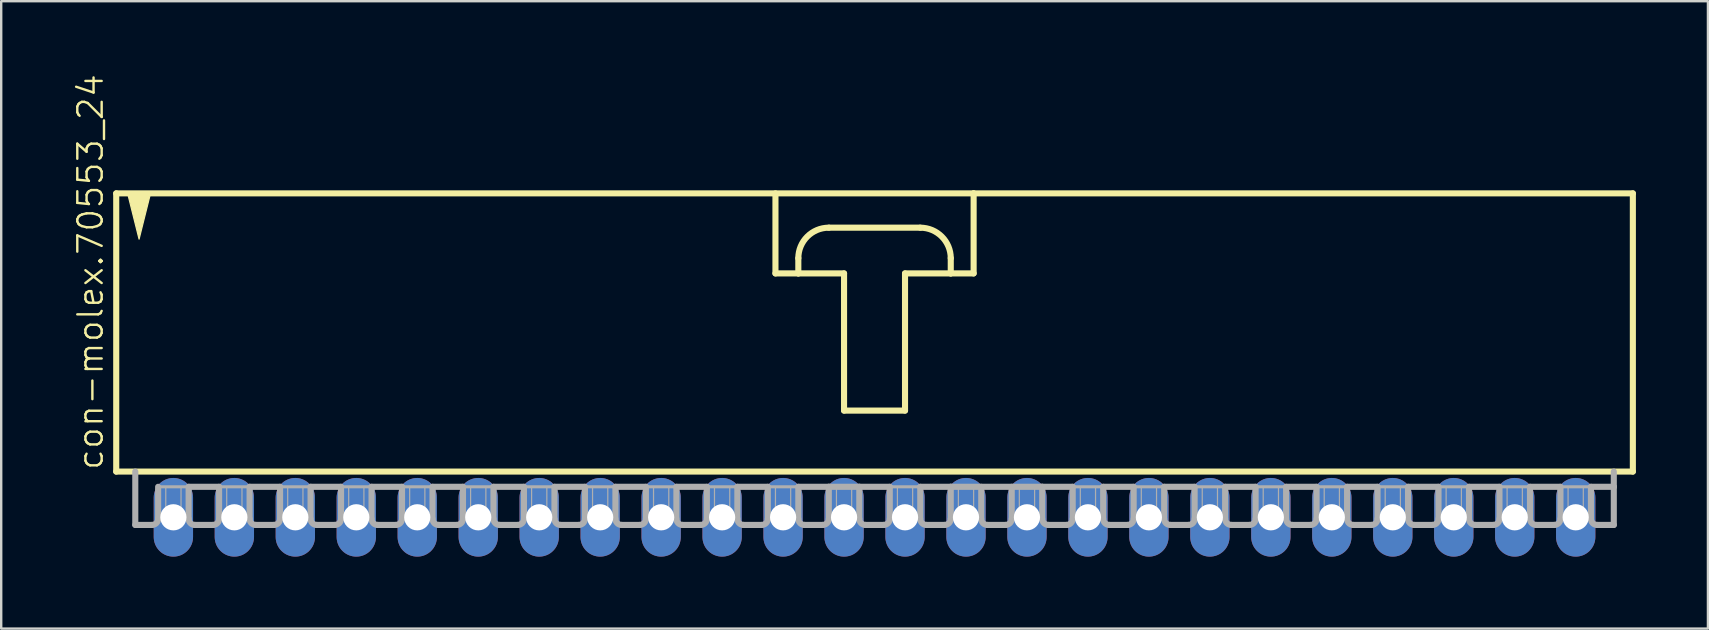
<source format=kicad_pcb>
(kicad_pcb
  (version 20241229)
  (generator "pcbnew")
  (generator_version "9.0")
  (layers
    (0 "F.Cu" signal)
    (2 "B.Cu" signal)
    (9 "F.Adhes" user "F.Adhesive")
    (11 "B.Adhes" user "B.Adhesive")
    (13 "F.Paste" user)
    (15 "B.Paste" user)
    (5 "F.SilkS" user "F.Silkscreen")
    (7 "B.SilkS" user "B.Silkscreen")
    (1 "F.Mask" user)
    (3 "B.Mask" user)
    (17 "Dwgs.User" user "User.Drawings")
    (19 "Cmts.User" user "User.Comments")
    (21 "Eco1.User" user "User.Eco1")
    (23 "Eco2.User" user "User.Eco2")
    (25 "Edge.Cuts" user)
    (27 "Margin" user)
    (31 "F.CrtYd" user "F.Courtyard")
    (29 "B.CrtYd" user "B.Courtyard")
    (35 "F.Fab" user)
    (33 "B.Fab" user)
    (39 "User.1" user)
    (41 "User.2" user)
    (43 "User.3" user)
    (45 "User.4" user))
  (footprint "con-molex.70553_24"
    (layer "F.Cu")
    (at 33.383 10.88)
    (property "Reference" "con-molex.70553_24" (at -32.068 5.715 90) (layer "F.SilkS") (effects (font (size 1.016 1.016) (thickness 0.1)) (justify left bottom)))
    (attr through_hole)
    (fp_line (start -31.591 -5.874) (end -31.591 5.715) (stroke (width 0.254) (type default)) (layer "F.SilkS"))
    (fp_line (start -31.591 5.715) (end 31.591 5.715) (stroke (width 0.254) (type default)) (layer "F.SilkS"))
    (fp_line (start -4.128 -5.874) (end -4.128 -2.54) (stroke (width 0.254) (type default)) (layer "F.SilkS"))
    (fp_line (start -4.128 -2.54) (end -3.175 -2.54) (stroke (width 0.254) (type default)) (layer "F.SilkS"))
    (fp_line (start -3.175 -2.54) (end -3.175 -3.175) (stroke (width 0.254) (type default)) (layer "F.SilkS"))
    (fp_line (start -3.175 -2.54) (end -1.27 -2.54) (stroke (width 0.254) (type default)) (layer "F.SilkS"))
    (fp_line (start -1.905 -4.445) (end 1.905 -4.445) (stroke (width 0.254) (type default)) (layer "F.SilkS"))
    (fp_line (start -1.27 -2.54) (end -1.27 3.175) (stroke (width 0.254) (type default)) (layer "F.SilkS"))
    (fp_line (start -1.27 3.175) (end 1.27 3.175) (stroke (width 0.254) (type default)) (layer "F.SilkS"))
    (fp_line (start 1.27 -2.54) (end 3.175 -2.54) (stroke (width 0.254) (type default)) (layer "F.SilkS"))
    (fp_line (start 1.27 3.175) (end 1.27 -2.54) (stroke (width 0.254) (type default)) (layer "F.SilkS"))
    (fp_line (start 3.175 -3.175) (end 3.175 -2.54) (stroke (width 0.254) (type default)) (layer "F.SilkS"))
    (fp_line (start 3.175 -2.54) (end 4.128 -2.54) (stroke (width 0.254) (type default)) (layer "F.SilkS"))
    (fp_line (start 4.128 -5.874) (end -31.591 -5.874) (stroke (width 0.254) (type default)) (layer "F.SilkS"))
    (fp_line (start 4.128 -2.54) (end 4.128 -5.874) (stroke (width 0.254) (type default)) (layer "F.SilkS"))
    (fp_line (start 31.591 -5.874) (end 4.128 -5.874) (stroke (width 0.254) (type default)) (layer "F.SilkS"))
    (fp_line (start 31.591 5.715) (end 31.591 -5.874) (stroke (width 0.254) (type default)) (layer "F.SilkS"))
    (fp_arc (start -3.175 -3.175) (mid -2.803026 -4.073026) (end -1.905 -4.445) (stroke (width 0.254) (type default)) (layer "F.SilkS"))
    (fp_arc (start 1.905 -4.445) (mid 2.803026 -4.073026) (end 3.175 -3.175) (stroke (width 0.254) (type default)) (layer "F.SilkS"))
    (fp_poly (pts (xy -31.115 -5.874) (xy -30.639 -3.969) (xy -30.163 -5.874)) (stroke (width 0.051) (type default)) (fill yes) (layer "F.SilkS"))
    (fp_line (start -30.797 5.715) (end -30.797 7.938) (stroke (width 0.254) (type default)) (layer "F.Fab"))
    (fp_line (start -30.099 7.938) (end -30.797 7.938) (stroke (width 0.254) (type default)) (layer "F.Fab"))
    (fp_line (start -29.845 6.35) (end -29.845 7.684) (stroke (width 0.254) (type default)) (layer "F.Fab"))
    (fp_line (start -29.845 6.35) (end -28.575 6.35) (stroke (width 0.127) (type default)) (layer "F.Fab"))
    (fp_line (start -28.575 6.35) (end -28.575 7.684) (stroke (width 0.254) (type default)) (layer "F.Fab"))
    (fp_line (start -28.575 6.35) (end -27.305 6.35) (stroke (width 0.254) (type default)) (layer "F.Fab"))
    (fp_line (start -27.559 7.938) (end -28.321 7.938) (stroke (width 0.254) (type default)) (layer "F.Fab"))
    (fp_line (start -27.305 6.35) (end -27.305 7.684) (stroke (width 0.254) (type default)) (layer "F.Fab"))
    (fp_line (start -27.305 6.35) (end -26.035 6.35) (stroke (width 0.127) (type default)) (layer "F.Fab"))
    (fp_line (start -26.035 6.35) (end -26.035 7.684) (stroke (width 0.254) (type default)) (layer "F.Fab"))
    (fp_line (start -26.035 6.35) (end -24.765 6.35) (stroke (width 0.254) (type default)) (layer "F.Fab"))
    (fp_line (start -25.019 7.938) (end -25.781 7.938) (stroke (width 0.254) (type default)) (layer "F.Fab"))
    (fp_line (start -24.765 6.35) (end -24.765 7.684) (stroke (width 0.254) (type default)) (layer "F.Fab"))
    (fp_line (start -24.765 6.35) (end -23.495 6.35) (stroke (width 0.127) (type default)) (layer "F.Fab"))
    (fp_line (start -23.495 6.35) (end -23.495 7.684) (stroke (width 0.254) (type default)) (layer "F.Fab"))
    (fp_line (start -23.495 6.35) (end -22.225 6.35) (stroke (width 0.254) (type default)) (layer "F.Fab"))
    (fp_line (start -22.479 7.938) (end -23.241 7.938) (stroke (width 0.254) (type default)) (layer "F.Fab"))
    (fp_line (start -22.225 6.35) (end -22.225 7.684) (stroke (width 0.254) (type default)) (layer "F.Fab"))
    (fp_line (start -22.225 6.35) (end -20.955 6.35) (stroke (width 0.127) (type default)) (layer "F.Fab"))
    (fp_line (start -20.955 6.35) (end -20.955 7.684) (stroke (width 0.254) (type default)) (layer "F.Fab"))
    (fp_line (start -20.955 6.35) (end -19.685 6.35) (stroke (width 0.254) (type default)) (layer "F.Fab"))
    (fp_line (start -19.939 7.938) (end -20.701 7.938) (stroke (width 0.254) (type default)) (layer "F.Fab"))
    (fp_line (start -19.685 6.35) (end -19.685 7.684) (stroke (width 0.254) (type default)) (layer "F.Fab"))
    (fp_line (start -19.685 6.35) (end -18.415 6.35) (stroke (width 0.127) (type default)) (layer "F.Fab"))
    (fp_line (start -18.415 6.35) (end -18.415 7.684) (stroke (width 0.254) (type default)) (layer "F.Fab"))
    (fp_line (start -18.415 6.35) (end -17.145 6.35) (stroke (width 0.254) (type default)) (layer "F.Fab"))
    (fp_line (start -17.399 7.938) (end -18.161 7.938) (stroke (width 0.254) (type default)) (layer "F.Fab"))
    (fp_line (start -17.145 6.35) (end -17.145 7.684) (stroke (width 0.254) (type default)) (layer "F.Fab"))
    (fp_line (start -17.145 6.35) (end -15.875 6.35) (stroke (width 0.127) (type default)) (layer "F.Fab"))
    (fp_line (start -15.875 6.35) (end -15.875 7.684) (stroke (width 0.254) (type default)) (layer "F.Fab"))
    (fp_line (start -15.875 6.35) (end -14.605 6.35) (stroke (width 0.254) (type default)) (layer "F.Fab"))
    (fp_line (start -14.859 7.938) (end -15.621 7.938) (stroke (width 0.254) (type default)) (layer "F.Fab"))
    (fp_line (start -14.605 6.35) (end -14.605 7.684) (stroke (width 0.254) (type default)) (layer "F.Fab"))
    (fp_line (start -14.605 6.35) (end -13.335 6.35) (stroke (width 0.127) (type default)) (layer "F.Fab"))
    (fp_line (start -13.335 6.35) (end -13.335 7.684) (stroke (width 0.254) (type default)) (layer "F.Fab"))
    (fp_line (start -13.335 6.35) (end -12.065 6.35) (stroke (width 0.254) (type default)) (layer "F.Fab"))
    (fp_line (start -12.319 7.938) (end -13.081 7.938) (stroke (width 0.254) (type default)) (layer "F.Fab"))
    (fp_line (start -12.065 6.35) (end -12.065 7.684) (stroke (width 0.254) (type default)) (layer "F.Fab"))
    (fp_line (start -12.065 6.35) (end -10.795 6.35) (stroke (width 0.127) (type default)) (layer "F.Fab"))
    (fp_line (start -10.795 6.35) (end -10.795 7.684) (stroke (width 0.254) (type default)) (layer "F.Fab"))
    (fp_line (start -10.795 6.35) (end -9.525 6.35) (stroke (width 0.254) (type default)) (layer "F.Fab"))
    (fp_line (start -9.779 7.938) (end -10.541 7.938) (stroke (width 0.254) (type default)) (layer "F.Fab"))
    (fp_line (start -9.525 6.35) (end -9.525 7.684) (stroke (width 0.254) (type default)) (layer "F.Fab"))
    (fp_line (start -9.525 6.35) (end -8.255 6.35) (stroke (width 0.127) (type default)) (layer "F.Fab"))
    (fp_line (start -8.255 6.35) (end -8.255 7.684) (stroke (width 0.254) (type default)) (layer "F.Fab"))
    (fp_line (start -8.255 6.35) (end -6.985 6.35) (stroke (width 0.254) (type default)) (layer "F.Fab"))
    (fp_line (start -7.239 7.938) (end -8.001 7.938) (stroke (width 0.254) (type default)) (layer "F.Fab"))
    (fp_line (start -6.985 6.35) (end -6.985 7.684) (stroke (width 0.254) (type default)) (layer "F.Fab"))
    (fp_line (start -6.985 6.35) (end -5.715 6.35) (stroke (width 0.127) (type default)) (layer "F.Fab"))
    (fp_line (start -5.715 6.35) (end -5.715 7.684) (stroke (width 0.254) (type default)) (layer "F.Fab"))
    (fp_line (start -5.715 6.35) (end -4.445 6.35) (stroke (width 0.254) (type default)) (layer "F.Fab"))
    (fp_line (start -4.699 7.938) (end -5.461 7.938) (stroke (width 0.254) (type default)) (layer "F.Fab"))
    (fp_line (start -4.445 6.35) (end -4.445 7.684) (stroke (width 0.254) (type default)) (layer "F.Fab"))
    (fp_line (start -4.445 6.35) (end -3.175 6.35) (stroke (width 0.127) (type default)) (layer "F.Fab"))
    (fp_line (start -3.175 6.35) (end -3.175 7.684) (stroke (width 0.254) (type default)) (layer "F.Fab"))
    (fp_line (start -3.175 6.35) (end -1.905 6.35) (stroke (width 0.254) (type default)) (layer "F.Fab"))
    (fp_line (start -2.159 7.938) (end -2.921 7.938) (stroke (width 0.254) (type default)) (layer "F.Fab"))
    (fp_line (start -1.905 6.35) (end -1.905 7.684) (stroke (width 0.254) (type default)) (layer "F.Fab"))
    (fp_line (start -1.905 6.35) (end -0.635 6.35) (stroke (width 0.254) (type default)) (layer "F.Fab"))
    (fp_line (start -0.635 6.35) (end -0.635 7.684) (stroke (width 0.254) (type default)) (layer "F.Fab"))
    (fp_line (start -0.635 6.35) (end 0.635 6.35) (stroke (width 0.254) (type default)) (layer "F.Fab"))
    (fp_line (start 0.381 7.938) (end -0.381 7.938) (stroke (width 0.254) (type default)) (layer "F.Fab"))
    (fp_line (start 0.635 6.35) (end 0.635 7.684) (stroke (width 0.254) (type default)) (layer "F.Fab"))
    (fp_line (start 0.635 6.35) (end 1.905 6.35) (stroke (width 0.127) (type default)) (layer "F.Fab"))
    (fp_line (start 1.905 6.35) (end 1.905 7.684) (stroke (width 0.254) (type default)) (layer "F.Fab"))
    (fp_line (start 1.905 6.35) (end 3.175 6.35) (stroke (width 0.254) (type default)) (layer "F.Fab"))
    (fp_line (start 2.921 7.938) (end 2.159 7.938) (stroke (width 0.254) (type default)) (layer "F.Fab"))
    (fp_line (start 3.175 6.35) (end 3.175 7.684) (stroke (width 0.254) (type default)) (layer "F.Fab"))
    (fp_line (start 3.175 6.35) (end 6.985 6.35) (stroke (width 0.254) (type default)) (layer "F.Fab"))
    (fp_line (start 4.445 6.35) (end 4.445 7.684) (stroke (width 0.254) (type default)) (layer "F.Fab"))
    (fp_line (start 5.461 7.938) (end 4.699 7.938) (stroke (width 0.254) (type default)) (layer "F.Fab"))
    (fp_line (start 5.715 6.35) (end 5.715 7.684) (stroke (width 0.254) (type default)) (layer "F.Fab"))
    (fp_line (start 6.985 6.35) (end 6.985 7.684) (stroke (width 0.254) (type default)) (layer "F.Fab"))
    (fp_line (start 6.985 6.35) (end 8.255 6.35) (stroke (width 0.254) (type default)) (layer "F.Fab"))
    (fp_line (start 7.239 7.938) (end 8.001 7.938) (stroke (width 0.254) (type default)) (layer "F.Fab"))
    (fp_line (start 8.255 6.35) (end 9.525 6.35) (stroke (width 0.127) (type default)) (layer "F.Fab"))
    (fp_line (start 8.255 7.684) (end 8.255 6.35) (stroke (width 0.254) (type default)) (layer "F.Fab"))
    (fp_line (start 9.525 6.35) (end 9.525 7.684) (stroke (width 0.254) (type default)) (layer "F.Fab"))
    (fp_line (start 9.525 6.35) (end 10.795 6.35) (stroke (width 0.254) (type default)) (layer "F.Fab"))
    (fp_line (start 9.779 7.938) (end 10.541 7.938) (stroke (width 0.254) (type default)) (layer "F.Fab"))
    (fp_line (start 10.795 6.35) (end 12.065 6.35) (stroke (width 0.127) (type default)) (layer "F.Fab"))
    (fp_line (start 10.795 7.684) (end 10.795 6.35) (stroke (width 0.254) (type default)) (layer "F.Fab"))
    (fp_line (start 12.065 6.35) (end 12.065 7.684) (stroke (width 0.254) (type default)) (layer "F.Fab"))
    (fp_line (start 12.065 6.35) (end 13.335 6.35) (stroke (width 0.254) (type default)) (layer "F.Fab"))
    (fp_line (start 12.319 7.938) (end 13.081 7.938) (stroke (width 0.254) (type default)) (layer "F.Fab"))
    (fp_line (start 13.335 6.35) (end 14.605 6.35) (stroke (width 0.127) (type default)) (layer "F.Fab"))
    (fp_line (start 13.335 7.684) (end 13.335 6.35) (stroke (width 0.254) (type default)) (layer "F.Fab"))
    (fp_line (start 14.605 6.35) (end 14.605 7.684) (stroke (width 0.254) (type default)) (layer "F.Fab"))
    (fp_line (start 14.605 6.35) (end 15.875 6.35) (stroke (width 0.254) (type default)) (layer "F.Fab"))
    (fp_line (start 14.859 7.938) (end 15.621 7.938) (stroke (width 0.254) (type default)) (layer "F.Fab"))
    (fp_line (start 15.875 6.35) (end 17.145 6.35) (stroke (width 0.127) (type default)) (layer "F.Fab"))
    (fp_line (start 15.875 7.684) (end 15.875 6.35) (stroke (width 0.254) (type default)) (layer "F.Fab"))
    (fp_line (start 17.145 6.35) (end 17.145 7.684) (stroke (width 0.254) (type default)) (layer "F.Fab"))
    (fp_line (start 17.145 6.35) (end 18.415 6.35) (stroke (width 0.254) (type default)) (layer "F.Fab"))
    (fp_line (start 17.399 7.938) (end 18.161 7.938) (stroke (width 0.254) (type default)) (layer "F.Fab"))
    (fp_line (start 18.415 6.35) (end 19.685 6.35) (stroke (width 0.127) (type default)) (layer "F.Fab"))
    (fp_line (start 18.415 7.684) (end 18.415 6.35) (stroke (width 0.254) (type default)) (layer "F.Fab"))
    (fp_line (start 19.685 6.35) (end 19.685 7.684) (stroke (width 0.254) (type default)) (layer "F.Fab"))
    (fp_line (start 19.685 6.35) (end 20.955 6.35) (stroke (width 0.254) (type default)) (layer "F.Fab"))
    (fp_line (start 19.939 7.938) (end 20.701 7.938) (stroke (width 0.254) (type default)) (layer "F.Fab"))
    (fp_line (start 20.955 6.35) (end 22.225 6.35) (stroke (width 0.127) (type default)) (layer "F.Fab"))
    (fp_line (start 20.955 7.684) (end 20.955 6.35) (stroke (width 0.254) (type default)) (layer "F.Fab"))
    (fp_line (start 22.225 6.35) (end 22.225 7.684) (stroke (width 0.254) (type default)) (layer "F.Fab"))
    (fp_line (start 22.225 6.35) (end 23.495 6.35) (stroke (width 0.254) (type default)) (layer "F.Fab"))
    (fp_line (start 22.479 7.938) (end 23.241 7.938) (stroke (width 0.254) (type default)) (layer "F.Fab"))
    (fp_line (start 23.495 6.35) (end 24.765 6.35) (stroke (width 0.127) (type default)) (layer "F.Fab"))
    (fp_line (start 23.495 7.684) (end 23.495 6.35) (stroke (width 0.254) (type default)) (layer "F.Fab"))
    (fp_line (start 24.765 6.35) (end 24.765 7.684) (stroke (width 0.254) (type default)) (layer "F.Fab"))
    (fp_line (start 24.765 6.35) (end 26.035 6.35) (stroke (width 0.254) (type default)) (layer "F.Fab"))
    (fp_line (start 25.019 7.938) (end 25.781 7.938) (stroke (width 0.254) (type default)) (layer "F.Fab"))
    (fp_line (start 26.035 6.35) (end 27.305 6.35) (stroke (width 0.127) (type default)) (layer "F.Fab"))
    (fp_line (start 26.035 7.684) (end 26.035 6.35) (stroke (width 0.254) (type default)) (layer "F.Fab"))
    (fp_line (start 27.305 6.35) (end 27.305 7.684) (stroke (width 0.254) (type default)) (layer "F.Fab"))
    (fp_line (start 27.305 6.35) (end 28.575 6.35) (stroke (width 0.254) (type default)) (layer "F.Fab"))
    (fp_line (start 27.559 7.938) (end 28.321 7.938) (stroke (width 0.254) (type default)) (layer "F.Fab"))
    (fp_line (start 28.575 6.35) (end 29.845 6.35) (stroke (width 0.127) (type default)) (layer "F.Fab"))
    (fp_line (start 28.575 7.684) (end 28.575 6.35) (stroke (width 0.254) (type default)) (layer "F.Fab"))
    (fp_line (start 29.845 6.35) (end 29.845 7.684) (stroke (width 0.254) (type default)) (layer "F.Fab"))
    (fp_line (start 29.845 6.35) (end 30.797 6.35) (stroke (width 0.254) (type default)) (layer "F.Fab"))
    (fp_line (start 30.099 7.938) (end 30.797 7.938) (stroke (width 0.254) (type default)) (layer "F.Fab"))
    (fp_line (start 30.797 6.35) (end 30.797 5.715) (stroke (width 0.254) (type default)) (layer "F.Fab"))
    (fp_line (start 30.797 7.938) (end 30.797 6.35) (stroke (width 0.254) (type default)) (layer "F.Fab"))
    (fp_rect (start -29.527 7.62) (end -28.892 6.35) (stroke (width 0.05) (type default)) (fill no) (layer "F.Fab"))
    (fp_rect (start -26.988 7.62) (end -26.352 6.35) (stroke (width 0.05) (type default)) (fill no) (layer "F.Fab"))
    (fp_rect (start -24.448 7.62) (end -23.812 6.35) (stroke (width 0.05) (type default)) (fill no) (layer "F.Fab"))
    (fp_rect (start -21.907 7.62) (end -21.273 6.35) (stroke (width 0.05) (type default)) (fill no) (layer "F.Fab"))
    (fp_rect (start -19.367 7.62) (end -18.733 6.35) (stroke (width 0.05) (type default)) (fill no) (layer "F.Fab"))
    (fp_rect (start -16.828 7.62) (end -16.192 6.35) (stroke (width 0.05) (type default)) (fill no) (layer "F.Fab"))
    (fp_rect (start -14.287 7.62) (end -13.652 6.35) (stroke (width 0.05) (type default)) (fill no) (layer "F.Fab"))
    (fp_rect (start -11.748 7.62) (end -11.113 6.35) (stroke (width 0.05) (type default)) (fill no) (layer "F.Fab"))
    (fp_rect (start -9.207 7.62) (end -8.572 6.35) (stroke (width 0.05) (type default)) (fill no) (layer "F.Fab"))
    (fp_rect (start -6.668 7.62) (end -6.032 6.35) (stroke (width 0.05) (type default)) (fill no) (layer "F.Fab"))
    (fp_rect (start -4.128 7.62) (end -3.493 6.35) (stroke (width 0.05) (type default)) (fill no) (layer "F.Fab"))
    (fp_rect (start -1.587 7.62) (end -0.953 6.35) (stroke (width 0.05) (type default)) (fill no) (layer "F.Fab"))
    (fp_rect (start 0.953 7.62) (end 1.587 6.35) (stroke (width 0.05) (type default)) (fill no) (layer "F.Fab"))
    (fp_rect (start 3.493 7.62) (end 4.128 6.35) (stroke (width 0.05) (type default)) (fill no) (layer "F.Fab"))
    (fp_rect (start 6.032 7.62) (end 6.668 6.35) (stroke (width 0.05) (type default)) (fill no) (layer "F.Fab"))
    (fp_rect (start 8.572 7.62) (end 9.207 6.35) (stroke (width 0.05) (type default)) (fill no) (layer "F.Fab"))
    (fp_rect (start 11.113 7.62) (end 11.748 6.35) (stroke (width 0.05) (type default)) (fill no) (layer "F.Fab"))
    (fp_rect (start 13.652 7.62) (end 14.287 6.35) (stroke (width 0.05) (type default)) (fill no) (layer "F.Fab"))
    (fp_rect (start 16.192 7.62) (end 16.828 6.35) (stroke (width 0.05) (type default)) (fill no) (layer "F.Fab"))
    (fp_rect (start 18.733 7.62) (end 19.367 6.35) (stroke (width 0.05) (type default)) (fill no) (layer "F.Fab"))
    (fp_rect (start 21.273 7.62) (end 21.907 6.35) (stroke (width 0.05) (type default)) (fill no) (layer "F.Fab"))
    (fp_rect (start 23.812 7.62) (end 24.448 6.35) (stroke (width 0.05) (type default)) (fill no) (layer "F.Fab"))
    (fp_rect (start 26.352 7.62) (end 26.988 6.35) (stroke (width 0.05) (type default)) (fill no) (layer "F.Fab"))
    (fp_rect (start 28.892 7.62) (end 29.527 6.35) (stroke (width 0.05) (type default)) (fill no) (layer "F.Fab"))
    (fp_arc (start -29.845 7.6835) (mid -29.919395 7.863105) (end -30.099 7.9375) (stroke (width 0.254) (type default)) (layer "F.Fab"))
    (fp_arc (start -28.321 7.9375) (mid -28.500605 7.863105) (end -28.575 7.6835) (stroke (width 0.254) (type default)) (layer "F.Fab"))
    (fp_arc (start -27.305 7.6835) (mid -27.379395 7.863105) (end -27.559 7.9375) (stroke (width 0.254) (type default)) (layer "F.Fab"))
    (fp_arc (start -25.781 7.9375) (mid -25.960605 7.863105) (end -26.035 7.6835) (stroke (width 0.254) (type default)) (layer "F.Fab"))
    (fp_arc (start -24.765 7.6835) (mid -24.839395 7.863105) (end -25.019 7.9375) (stroke (width 0.254) (type default)) (layer "F.Fab"))
    (fp_arc (start -23.241 7.9375) (mid -23.420605 7.863105) (end -23.495 7.6835) (stroke (width 0.254) (type default)) (layer "F.Fab"))
    (fp_arc (start -22.225 7.6835) (mid -22.299395 7.863105) (end -22.479 7.9375) (stroke (width 0.254) (type default)) (layer "F.Fab"))
    (fp_arc (start -20.701 7.9375) (mid -20.880605 7.863105) (end -20.955 7.6835) (stroke (width 0.254) (type default)) (layer "F.Fab"))
    (fp_arc (start -19.685 7.6835) (mid -19.759395 7.863105) (end -19.939 7.9375) (stroke (width 0.254) (type default)) (layer "F.Fab"))
    (fp_arc (start -18.161 7.9375) (mid -18.340605 7.863105) (end -18.415 7.6835) (stroke (width 0.254) (type default)) (layer "F.Fab"))
    (fp_arc (start -17.145 7.6835) (mid -17.219395 7.863105) (end -17.399 7.9375) (stroke (width 0.254) (type default)) (layer "F.Fab"))
    (fp_arc (start -15.621 7.9375) (mid -15.800605 7.863105) (end -15.875 7.6835) (stroke (width 0.254) (type default)) (layer "F.Fab"))
    (fp_arc (start -14.605 7.6835) (mid -14.679395 7.863105) (end -14.859 7.9375) (stroke (width 0.254) (type default)) (layer "F.Fab"))
    (fp_arc (start -13.081 7.9375) (mid -13.260605 7.863105) (end -13.335 7.6835) (stroke (width 0.254) (type default)) (layer "F.Fab"))
    (fp_arc (start -12.065 7.6835) (mid -12.139395 7.863105) (end -12.319 7.9375) (stroke (width 0.254) (type default)) (layer "F.Fab"))
    (fp_arc (start -10.541 7.9375) (mid -10.720605 7.863105) (end -10.795 7.6835) (stroke (width 0.254) (type default)) (layer "F.Fab"))
    (fp_arc (start -9.525 7.6835) (mid -9.599395 7.863105) (end -9.779 7.9375) (stroke (width 0.254) (type default)) (layer "F.Fab"))
    (fp_arc (start -8.001 7.9375) (mid -8.180605 7.863105) (end -8.255 7.6835) (stroke (width 0.254) (type default)) (layer "F.Fab"))
    (fp_arc (start -6.985 7.6835) (mid -7.059395 7.863105) (end -7.239 7.9375) (stroke (width 0.254) (type default)) (layer "F.Fab"))
    (fp_arc (start -5.461 7.9375) (mid -5.640605 7.863105) (end -5.715 7.6835) (stroke (width 0.254) (type default)) (layer "F.Fab"))
    (fp_arc (start -4.445 7.6835) (mid -4.519395 7.863105) (end -4.699 7.9375) (stroke (width 0.254) (type default)) (layer "F.Fab"))
    (fp_arc (start -2.921 7.9375) (mid -3.100605 7.863105) (end -3.175 7.6835) (stroke (width 0.254) (type default)) (layer "F.Fab"))
    (fp_arc (start -1.905 7.6835) (mid -1.979395 7.863105) (end -2.159 7.9375) (stroke (width 0.254) (type default)) (layer "F.Fab"))
    (fp_arc (start -0.381 7.9375) (mid -0.560605 7.863105) (end -0.635 7.6835) (stroke (width 0.254) (type default)) (layer "F.Fab"))
    (fp_arc (start 0.635 7.6835) (mid 0.560605 7.863105) (end 0.381 7.9375) (stroke (width 0.254) (type default)) (layer "F.Fab"))
    (fp_arc (start 2.159 7.9375) (mid 1.979395 7.863105) (end 1.905 7.6835) (stroke (width 0.254) (type default)) (layer "F.Fab"))
    (fp_arc (start 3.175 7.6835) (mid 3.100605 7.863105) (end 2.921 7.9375) (stroke (width 0.254) (type default)) (layer "F.Fab"))
    (fp_arc (start 4.699 7.9375) (mid 4.519395 7.863105) (end 4.445 7.6835) (stroke (width 0.254) (type default)) (layer "F.Fab"))
    (fp_arc (start 5.715 7.6835) (mid 5.640605 7.863105) (end 5.461 7.9375) (stroke (width 0.254) (type default)) (layer "F.Fab"))
    (fp_arc (start 7.239 7.9375) (mid 7.059395 7.863105) (end 6.985 7.6835) (stroke (width 0.254) (type default)) (layer "F.Fab"))
    (fp_arc (start 8.255 7.6835) (mid 8.180605 7.863105) (end 8.001 7.9375) (stroke (width 0.254) (type default)) (layer "F.Fab"))
    (fp_arc (start 9.779 7.9375) (mid 9.599395 7.863105) (end 9.525 7.6835) (stroke (width 0.254) (type default)) (layer "F.Fab"))
    (fp_arc (start 10.795 7.6835) (mid 10.720605 7.863105) (end 10.541 7.9375) (stroke (width 0.254) (type default)) (layer "F.Fab"))
    (fp_arc (start 12.319 7.9375) (mid 12.139395 7.863105) (end 12.065 7.6835) (stroke (width 0.254) (type default)) (layer "F.Fab"))
    (fp_arc (start 13.335 7.6835) (mid 13.260605 7.863105) (end 13.081 7.9375) (stroke (width 0.254) (type default)) (layer "F.Fab"))
    (fp_arc (start 14.859 7.9375) (mid 14.679395 7.863105) (end 14.605 7.6835) (stroke (width 0.254) (type default)) (layer "F.Fab"))
    (fp_arc (start 15.875 7.6835) (mid 15.800605 7.863105) (end 15.621 7.9375) (stroke (width 0.254) (type default)) (layer "F.Fab"))
    (fp_arc (start 17.399 7.9375) (mid 17.219395 7.863105) (end 17.145 7.6835) (stroke (width 0.254) (type default)) (layer "F.Fab"))
    (fp_arc (start 18.415 7.6835) (mid 18.340605 7.863105) (end 18.161 7.9375) (stroke (width 0.254) (type default)) (layer "F.Fab"))
    (fp_arc (start 19.939 7.9375) (mid 19.759395 7.863105) (end 19.685 7.6835) (stroke (width 0.254) (type default)) (layer "F.Fab"))
    (fp_arc (start 20.955 7.6835) (mid 20.880605 7.863105) (end 20.701 7.9375) (stroke (width 0.254) (type default)) (layer "F.Fab"))
    (fp_arc (start 22.479 7.9375) (mid 22.299395 7.863105) (end 22.225 7.6835) (stroke (width 0.254) (type default)) (layer "F.Fab"))
    (fp_arc (start 23.495 7.6835) (mid 23.420605 7.863105) (end 23.241 7.9375) (stroke (width 0.254) (type default)) (layer "F.Fab"))
    (fp_arc (start 25.019 7.9375) (mid 24.839395 7.863105) (end 24.765 7.6835) (stroke (width 0.254) (type default)) (layer "F.Fab"))
    (fp_arc (start 26.035 7.6835) (mid 25.960605 7.863105) (end 25.781 7.9375) (stroke (width 0.254) (type default)) (layer "F.Fab"))
    (fp_arc (start 27.559 7.9375) (mid 27.379395 7.863105) (end 27.305 7.6835) (stroke (width 0.254) (type default)) (layer "F.Fab"))
    (fp_arc (start 28.575 7.6835) (mid 28.500605 7.863105) (end 28.321 7.9375) (stroke (width 0.254) (type default)) (layer "F.Fab"))
    (fp_arc (start 30.099 7.9375) (mid 29.919395 7.863105) (end 29.845 7.6835) (stroke (width 0.254) (type default)) (layer "F.Fab"))
    (pad "1" thru_hole oval (at -29.21 7.62 90) (size 3.277 1.638) (drill 1.092) (layers "*.Cu" "*.Mask"))
    (pad "2" thru_hole oval (at -26.67 7.62 90) (size 3.277 1.638) (drill 1.092) (layers "*.Cu" "*.Mask"))
    (pad "3" thru_hole oval (at -24.13 7.62 90) (size 3.277 1.638) (drill 1.092) (layers "*.Cu" "*.Mask"))
    (pad "4" thru_hole oval (at -21.59 7.62 90) (size 3.277 1.638) (drill 1.092) (layers "*.Cu" "*.Mask"))
    (pad "5" thru_hole oval (at -19.05 7.62 90) (size 3.277 1.638) (drill 1.092) (layers "*.Cu" "*.Mask"))
    (pad "6" thru_hole oval (at -16.51 7.62 90) (size 3.277 1.638) (drill 1.092) (layers "*.Cu" "*.Mask"))
    (pad "7" thru_hole oval (at -13.97 7.62 90) (size 3.277 1.638) (drill 1.092) (layers "*.Cu" "*.Mask"))
    (pad "8" thru_hole oval (at -11.43 7.62 90) (size 3.277 1.638) (drill 1.092) (layers "*.Cu" "*.Mask"))
    (pad "9" thru_hole oval (at -8.89 7.62 90) (size 3.277 1.638) (drill 1.092) (layers "*.Cu" "*.Mask"))
    (pad "10" thru_hole oval (at -6.35 7.62 90) (size 3.277 1.638) (drill 1.092) (layers "*.Cu" "*.Mask"))
    (pad "11" thru_hole oval (at -3.81 7.62 90) (size 3.277 1.638) (drill 1.092) (layers "*.Cu" "*.Mask"))
    (pad "12" thru_hole oval (at -1.27 7.62 90) (size 3.277 1.638) (drill 1.092) (layers "*.Cu" "*.Mask"))
    (pad "13" thru_hole oval (at 1.27 7.62 90) (size 3.277 1.638) (drill 1.092) (layers "*.Cu" "*.Mask"))
    (pad "14" thru_hole oval (at 3.81 7.62 90) (size 3.277 1.638) (drill 1.092) (layers "*.Cu" "*.Mask"))
    (pad "15" thru_hole oval (at 6.35 7.62 90) (size 3.277 1.638) (drill 1.092) (layers "*.Cu" "*.Mask"))
    (pad "16" thru_hole oval (at 8.89 7.62 90) (size 3.277 1.638) (drill 1.092) (layers "*.Cu" "*.Mask"))
    (pad "17" thru_hole oval (at 11.43 7.62 90) (size 3.277 1.638) (drill 1.092) (layers "*.Cu" "*.Mask"))
    (pad "18" thru_hole oval (at 13.97 7.62 90) (size 3.277 1.638) (drill 1.092) (layers "*.Cu" "*.Mask"))
    (pad "19" thru_hole oval (at 16.51 7.62 90) (size 3.277 1.638) (drill 1.092) (layers "*.Cu" "*.Mask"))
    (pad "20" thru_hole oval (at 19.05 7.62 90) (size 3.277 1.638) (drill 1.092) (layers "*.Cu" "*.Mask"))
    (pad "21" thru_hole oval (at 21.59 7.62 90) (size 3.277 1.638) (drill 1.092) (layers "*.Cu" "*.Mask"))
    (pad "22" thru_hole oval (at 24.13 7.62 90) (size 3.277 1.638) (drill 1.092) (layers "*.Cu" "*.Mask"))
    (pad "23" thru_hole oval (at 26.67 7.62 90) (size 3.277 1.638) (drill 1.092) (layers "*.Cu" "*.Mask"))
    (pad "24" thru_hole oval (at 29.21 7.62 90) (size 3.277 1.638) (drill 1.092) (layers "*.Cu" "*.Mask")))
  (gr_rect
    (start -3 -3)
    (end 68.102 23.138)
    (stroke (width 0.1) (type default))
    (fill no)
    (layer "Edge.Cuts")))
</source>
